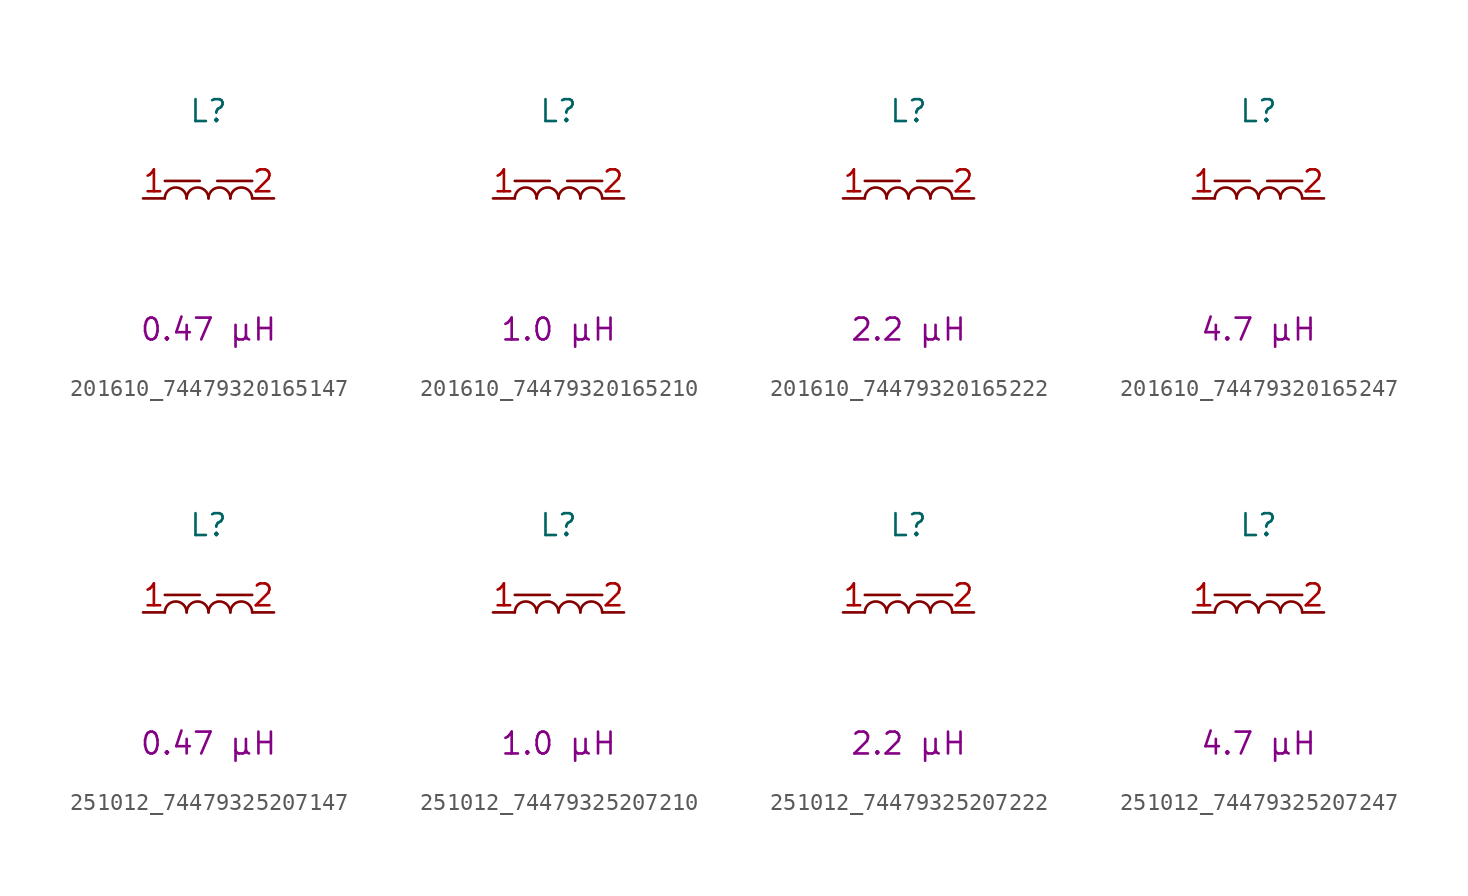
<source format=kicad_sym>
(kicad_symbol_lib
  (version 20220914)
  (generator kicad_symbol_editor)
  (symbol "201610_74479320165147"
    (pin_names hide)
    (property "Reference" "L"
      (at 0 5.08 0)
      (effects (font (size 1.27 1.27))))
    (property "Critical Parameter" "0.47 µH"
      (at 0 -7.62 0)
      (effects (font (size 1.27 1.27))))
    (symbol "201610_74479320165147_0_1"
      (arc (start -1.27 0) (mid -1.905 0.6323) (end -2.54 0) (stroke (width 0) (type default)) (fill (type none)))
      (arc (start 0 0) (mid -0.635 0.6323) (end -1.27 0) (stroke (width 0) (type default)) (fill (type none)))
      (polyline (pts (xy -2.54 1.016) (xy -0.508 1.016)) (stroke (width 0) (type default)) (fill (type none)))
      (arc (start 1.27 0) (mid 0.635 0.6323) (end 0 0) (stroke (width 0) (type default)) (fill (type none)))
      (arc (start 2.54 0) (mid 1.905 0.6323) (end 1.27 0) (stroke (width 0) (type default)) (fill (type none))))
    (symbol "201610_74479320165147_1_1"
      (polyline (pts (xy 2.54 1.016) (xy 0.508 1.016)) (stroke (width 0) (type default)) (fill (type none)))
      (pin passive line (at -3.81 0 0) (length 1.27) (name "1" (effects (font (size 1.27 1.27)))) (number "1" (effects (font (size 1.27 1.27)))))
      (pin passive line (at 3.81 0 180) (length 1.27) (name "2" (effects (font (size 1.27 1.27)))) (number "2" (effects (font (size 1.27 1.27)))))))
  (symbol "201610_74479320165210"
    (pin_names hide)
    (property "Reference" "L"
      (at 0 5.08 0)
      (effects (font (size 1.27 1.27))))
    (property "Critical Parameter" "1.0 µH"
      (at 0 -7.62 0)
      (effects (font (size 1.27 1.27))))
    (symbol "201610_74479320165210_0_1"
      (arc (start -1.27 0) (mid -1.905 0.6323) (end -2.54 0) (stroke (width 0) (type default)) (fill (type none)))
      (arc (start 0 0) (mid -0.635 0.6323) (end -1.27 0) (stroke (width 0) (type default)) (fill (type none)))
      (polyline (pts (xy -2.54 1.016) (xy -0.508 1.016)) (stroke (width 0) (type default)) (fill (type none)))
      (arc (start 1.27 0) (mid 0.635 0.6323) (end 0 0) (stroke (width 0) (type default)) (fill (type none)))
      (arc (start 2.54 0) (mid 1.905 0.6323) (end 1.27 0) (stroke (width 0) (type default)) (fill (type none))))
    (symbol "201610_74479320165210_1_1"
      (polyline (pts (xy 2.54 1.016) (xy 0.508 1.016)) (stroke (width 0) (type default)) (fill (type none)))
      (pin passive line (at -3.81 0 0) (length 1.27) (name "1" (effects (font (size 1.27 1.27)))) (number "1" (effects (font (size 1.27 1.27)))))
      (pin passive line (at 3.81 0 180) (length 1.27) (name "2" (effects (font (size 1.27 1.27)))) (number "2" (effects (font (size 1.27 1.27)))))))
  (symbol "201610_74479320165222"
    (pin_names hide)
    (property "Reference" "L"
      (at 0 5.08 0)
      (effects (font (size 1.27 1.27))))
    (property "Critical Parameter" "2.2 µH"
      (at 0 -7.62 0)
      (effects (font (size 1.27 1.27))))
    (symbol "201610_74479320165222_0_1"
      (arc (start -1.27 0) (mid -1.905 0.6323) (end -2.54 0) (stroke (width 0) (type default)) (fill (type none)))
      (arc (start 0 0) (mid -0.635 0.6323) (end -1.27 0) (stroke (width 0) (type default)) (fill (type none)))
      (polyline (pts (xy -2.54 1.016) (xy -0.508 1.016)) (stroke (width 0) (type default)) (fill (type none)))
      (arc (start 1.27 0) (mid 0.635 0.6323) (end 0 0) (stroke (width 0) (type default)) (fill (type none)))
      (arc (start 2.54 0) (mid 1.905 0.6323) (end 1.27 0) (stroke (width 0) (type default)) (fill (type none))))
    (symbol "201610_74479320165222_1_1"
      (polyline (pts (xy 2.54 1.016) (xy 0.508 1.016)) (stroke (width 0) (type default)) (fill (type none)))
      (pin passive line (at -3.81 0 0) (length 1.27) (name "1" (effects (font (size 1.27 1.27)))) (number "1" (effects (font (size 1.27 1.27)))))
      (pin passive line (at 3.81 0 180) (length 1.27) (name "2" (effects (font (size 1.27 1.27)))) (number "2" (effects (font (size 1.27 1.27)))))))
  (symbol "201610_74479320165247"
    (pin_names hide)
    (property "Reference" "L"
      (at 0 5.08 0)
      (effects (font (size 1.27 1.27))))
    (property "Critical Parameter" "4.7 µH"
      (at 0 -7.62 0)
      (effects (font (size 1.27 1.27))))
    (symbol "201610_74479320165247_0_1"
      (arc (start -1.27 0) (mid -1.905 0.6323) (end -2.54 0) (stroke (width 0) (type default)) (fill (type none)))
      (arc (start 0 0) (mid -0.635 0.6323) (end -1.27 0) (stroke (width 0) (type default)) (fill (type none)))
      (polyline (pts (xy -2.54 1.016) (xy -0.508 1.016)) (stroke (width 0) (type default)) (fill (type none)))
      (arc (start 1.27 0) (mid 0.635 0.6323) (end 0 0) (stroke (width 0) (type default)) (fill (type none)))
      (arc (start 2.54 0) (mid 1.905 0.6323) (end 1.27 0) (stroke (width 0) (type default)) (fill (type none))))
    (symbol "201610_74479320165247_1_1"
      (polyline (pts (xy 2.54 1.016) (xy 0.508 1.016)) (stroke (width 0) (type default)) (fill (type none)))
      (pin passive line (at -3.81 0 0) (length 1.27) (name "1" (effects (font (size 1.27 1.27)))) (number "1" (effects (font (size 1.27 1.27)))))
      (pin passive line (at 3.81 0 180) (length 1.27) (name "2" (effects (font (size 1.27 1.27)))) (number "2" (effects (font (size 1.27 1.27)))))))
  (symbol "251012_74479325207147"
    (pin_names hide)
    (property "Reference" "L"
      (at 0 5.08 0)
      (effects (font (size 1.27 1.27))))
    (property "Critical Parameter" "0.47 µH"
      (at 0 -7.62 0)
      (effects (font (size 1.27 1.27))))
    (symbol "251012_74479325207147_0_1"
      (arc (start -1.27 0) (mid -1.905 0.6323) (end -2.54 0) (stroke (width 0) (type default)) (fill (type none)))
      (arc (start 0 0) (mid -0.635 0.6323) (end -1.27 0) (stroke (width 0) (type default)) (fill (type none)))
      (polyline (pts (xy -2.54 1.016) (xy -0.508 1.016)) (stroke (width 0) (type default)) (fill (type none)))
      (arc (start 1.27 0) (mid 0.635 0.6323) (end 0 0) (stroke (width 0) (type default)) (fill (type none)))
      (arc (start 2.54 0) (mid 1.905 0.6323) (end 1.27 0) (stroke (width 0) (type default)) (fill (type none))))
    (symbol "251012_74479325207147_1_1"
      (polyline (pts (xy 2.54 1.016) (xy 0.508 1.016)) (stroke (width 0) (type default)) (fill (type none)))
      (pin passive line (at -3.81 0 0) (length 1.27) (name "1" (effects (font (size 1.27 1.27)))) (number "1" (effects (font (size 1.27 1.27)))))
      (pin passive line (at 3.81 0 180) (length 1.27) (name "2" (effects (font (size 1.27 1.27)))) (number "2" (effects (font (size 1.27 1.27)))))))
  (symbol "251012_74479325207210"
    (pin_names hide)
    (property "Reference" "L"
      (at 0 5.08 0)
      (effects (font (size 1.27 1.27))))
    (property "Critical Parameter" "1.0 µH"
      (at 0 -7.62 0)
      (effects (font (size 1.27 1.27))))
    (symbol "251012_74479325207210_0_1"
      (arc (start -1.27 0) (mid -1.905 0.6323) (end -2.54 0) (stroke (width 0) (type default)) (fill (type none)))
      (arc (start 0 0) (mid -0.635 0.6323) (end -1.27 0) (stroke (width 0) (type default)) (fill (type none)))
      (polyline (pts (xy -2.54 1.016) (xy -0.508 1.016)) (stroke (width 0) (type default)) (fill (type none)))
      (arc (start 1.27 0) (mid 0.635 0.6323) (end 0 0) (stroke (width 0) (type default)) (fill (type none)))
      (arc (start 2.54 0) (mid 1.905 0.6323) (end 1.27 0) (stroke (width 0) (type default)) (fill (type none))))
    (symbol "251012_74479325207210_1_1"
      (polyline (pts (xy 2.54 1.016) (xy 0.508 1.016)) (stroke (width 0) (type default)) (fill (type none)))
      (pin passive line (at -3.81 0 0) (length 1.27) (name "1" (effects (font (size 1.27 1.27)))) (number "1" (effects (font (size 1.27 1.27)))))
      (pin passive line (at 3.81 0 180) (length 1.27) (name "2" (effects (font (size 1.27 1.27)))) (number "2" (effects (font (size 1.27 1.27)))))))
  (symbol "251012_74479325207222"
    (pin_names hide)
    (property "Reference" "L"
      (at 0 5.08 0)
      (effects (font (size 1.27 1.27))))
    (property "Critical Parameter" "2.2 µH"
      (at 0 -7.62 0)
      (effects (font (size 1.27 1.27))))
    (symbol "251012_74479325207222_0_1"
      (arc (start -1.27 0) (mid -1.905 0.6323) (end -2.54 0) (stroke (width 0) (type default)) (fill (type none)))
      (arc (start 0 0) (mid -0.635 0.6323) (end -1.27 0) (stroke (width 0) (type default)) (fill (type none)))
      (polyline (pts (xy -2.54 1.016) (xy -0.508 1.016)) (stroke (width 0) (type default)) (fill (type none)))
      (arc (start 1.27 0) (mid 0.635 0.6323) (end 0 0) (stroke (width 0) (type default)) (fill (type none)))
      (arc (start 2.54 0) (mid 1.905 0.6323) (end 1.27 0) (stroke (width 0) (type default)) (fill (type none))))
    (symbol "251012_74479325207222_1_1"
      (polyline (pts (xy 2.54 1.016) (xy 0.508 1.016)) (stroke (width 0) (type default)) (fill (type none)))
      (pin passive line (at -3.81 0 0) (length 1.27) (name "1" (effects (font (size 1.27 1.27)))) (number "1" (effects (font (size 1.27 1.27)))))
      (pin passive line (at 3.81 0 180) (length 1.27) (name "2" (effects (font (size 1.27 1.27)))) (number "2" (effects (font (size 1.27 1.27)))))))
  (symbol "251012_74479325207247"
    (pin_names hide)
    (property "Reference" "L"
      (at 0 5.08 0)
      (effects (font (size 1.27 1.27))))
    (property "Critical Parameter" "4.7 µH"
      (at 0 -7.62 0)
      (effects (font (size 1.27 1.27))))
    (symbol "251012_74479325207247_0_1"
      (arc (start -1.27 0) (mid -1.905 0.6323) (end -2.54 0) (stroke (width 0) (type default)) (fill (type none)))
      (arc (start 0 0) (mid -0.635 0.6323) (end -1.27 0) (stroke (width 0) (type default)) (fill (type none)))
      (polyline (pts (xy -2.54 1.016) (xy -0.508 1.016)) (stroke (width 0) (type default)) (fill (type none)))
      (arc (start 1.27 0) (mid 0.635 0.6323) (end 0 0) (stroke (width 0) (type default)) (fill (type none)))
      (arc (start 2.54 0) (mid 1.905 0.6323) (end 1.27 0) (stroke (width 0) (type default)) (fill (type none))))
    (symbol "251012_74479325207247_1_1"
      (polyline (pts (xy 2.54 1.016) (xy 0.508 1.016)) (stroke (width 0) (type default)) (fill (type none)))
      (pin passive line (at -3.81 0 0) (length 1.27) (name "1" (effects (font (size 1.27 1.27)))) (number "1" (effects (font (size 1.27 1.27)))))
      (pin passive line (at 3.81 0 180) (length 1.27) (name "2" (effects (font (size 1.27 1.27)))) (number "2" (effects (font (size 1.27 1.27))))))))
</source>
